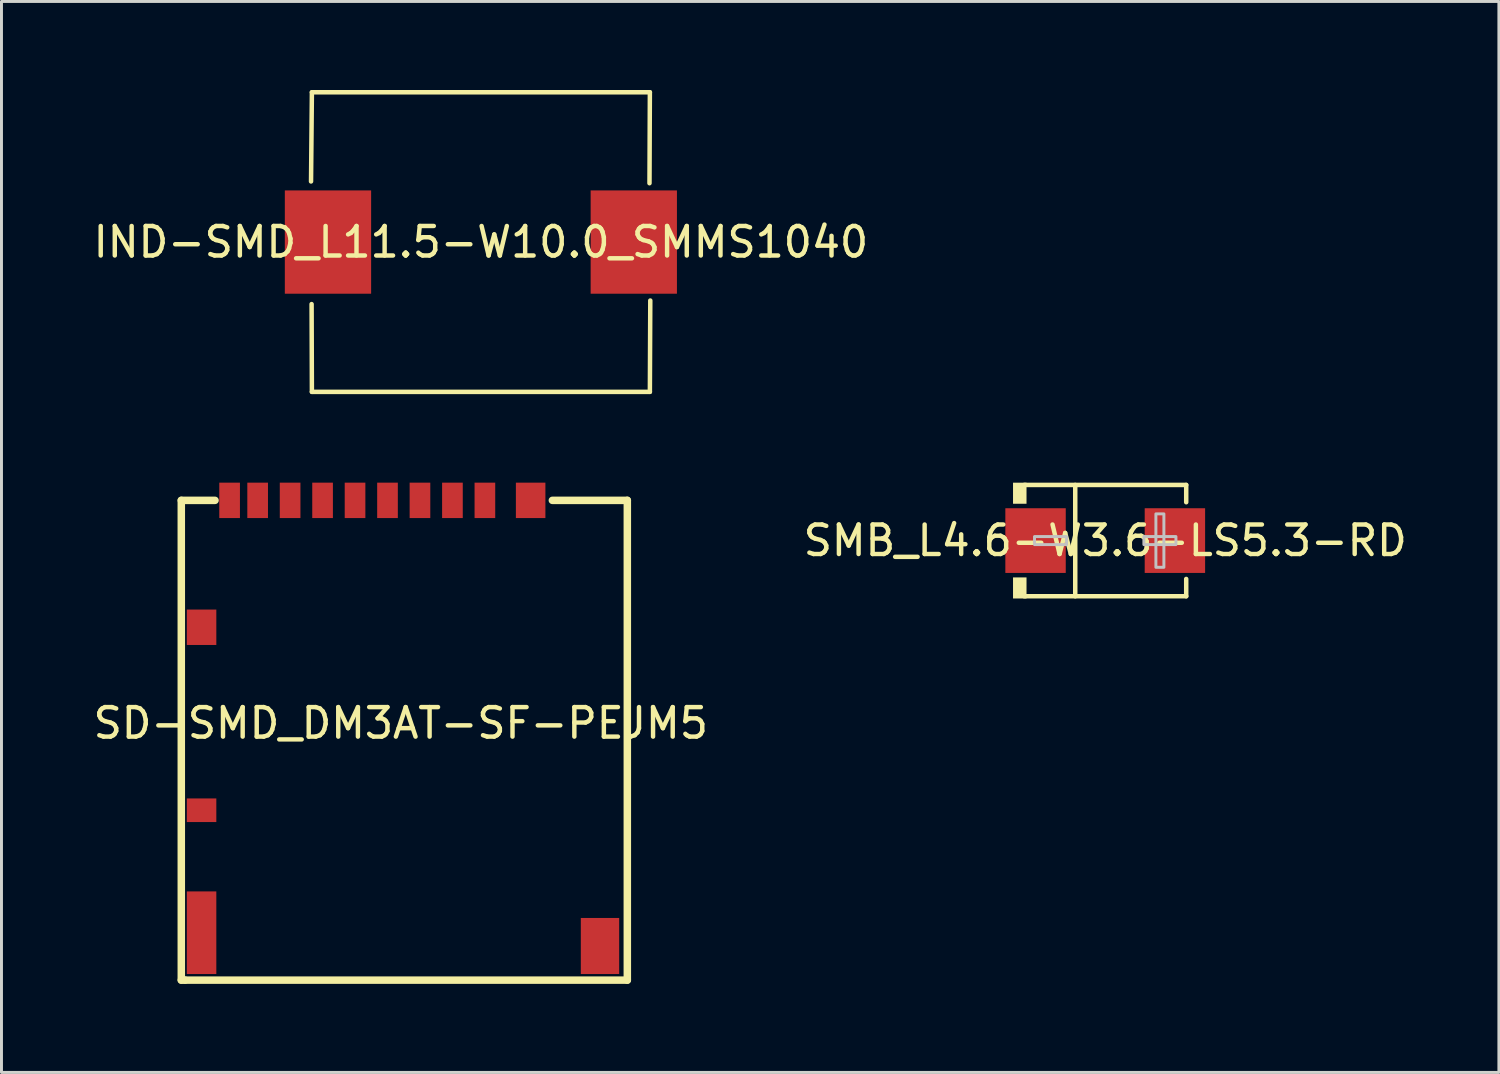
<source format=kicad_pcb>
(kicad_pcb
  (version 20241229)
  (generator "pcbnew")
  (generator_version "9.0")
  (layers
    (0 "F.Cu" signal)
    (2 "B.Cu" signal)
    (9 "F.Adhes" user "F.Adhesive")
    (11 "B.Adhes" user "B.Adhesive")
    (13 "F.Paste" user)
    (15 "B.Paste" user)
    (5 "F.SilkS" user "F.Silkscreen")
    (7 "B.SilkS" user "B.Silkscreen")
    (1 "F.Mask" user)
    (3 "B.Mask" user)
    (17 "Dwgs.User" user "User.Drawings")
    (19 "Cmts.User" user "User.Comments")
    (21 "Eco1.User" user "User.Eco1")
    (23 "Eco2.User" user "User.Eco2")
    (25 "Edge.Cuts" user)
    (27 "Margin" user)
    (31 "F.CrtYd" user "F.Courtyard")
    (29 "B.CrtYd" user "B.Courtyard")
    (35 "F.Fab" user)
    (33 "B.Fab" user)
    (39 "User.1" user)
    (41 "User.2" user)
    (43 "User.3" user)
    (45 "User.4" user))
  (footprint "SD-SMD_DM3AT-SF-PEJM5"
    (layer "F.Cu")
    (at 10.53 21.454)
    (property "Reference" "SD-SMD_DM3AT-SF-PEJM5" (at 0 0 0) (layer "F.SilkS") (effects (font (size 1 1) (thickness 0.15))))
    (fp_line (start -7.437 -7.55) (end -7.437 8.706) (stroke (width 0.254) (type default)) (layer "F.SilkS"))
    (fp_line (start -7.437 8.706) (end -7.31 8.706) (stroke (width 0.254) (type default)) (layer "F.SilkS"))
    (fp_line (start -7.31 8.706) (end 7.676 8.706) (stroke (width 0.254) (type default)) (layer "F.SilkS"))
    (fp_line (start -6.294 -7.55) (end -7.437 -7.55) (stroke (width 0.254) (type default)) (layer "F.SilkS"))
    (fp_line (start 7.676 -7.55) (end 5.136 -7.55) (stroke (width 0.254) (type default)) (layer "F.SilkS"))
    (fp_line (start 7.676 8.706) (end 7.676 -7.55) (stroke (width 0.254) (type default)) (layer "F.SilkS"))
    (fp_poly (pts (xy -6.855 8.31) (xy -6.255 8.31) (xy -6.255 5.965) (xy -6.855 5.965)) (stroke (width 0.1) (type default)) (fill no) (layer "User.1"))
    (fp_poly (pts (xy -5.605 -7.64) (xy -5.605 -7.14) (xy -6.145 -7.14) (xy -6.145 -7.64)) (stroke (width 0.1) (type default)) (fill no) (layer "User.1"))
    (fp_poly (pts (xy -5.055 -7.385) (xy -4.655 -7.385) (xy -4.655 -7.13) (xy -5.055 -7.13)) (stroke (width 0.1) (type default)) (fill no) (layer "User.1"))
    (fp_poly (pts (xy -3.955 -7.385) (xy -3.555 -7.385) (xy -3.555 -7.13) (xy -3.955 -7.13)) (stroke (width 0.1) (type default)) (fill no) (layer "User.1"))
    (fp_poly (pts (xy -2.855 -7.385) (xy -2.455 -7.385) (xy -2.455 -7.13) (xy -2.855 -7.13)) (stroke (width 0.1) (type default)) (fill no) (layer "User.1"))
    (fp_poly (pts (xy -1.755 -7.385) (xy -1.355 -7.385) (xy -1.355 -7.13) (xy -1.755 -7.13)) (stroke (width 0.1) (type default)) (fill no) (layer "User.1"))
    (fp_poly (pts (xy -0.655 -7.385) (xy -0.255 -7.385) (xy -0.255 -7.13) (xy -0.655 -7.13)) (stroke (width 0.1) (type default)) (fill no) (layer "User.1"))
    (fp_poly (pts (xy 0.445 -7.385) (xy 0.845 -7.385) (xy 0.845 -7.13) (xy 0.445 -7.13)) (stroke (width 0.1) (type default)) (fill no) (layer "User.1"))
    (fp_poly (pts (xy 1.545 -7.385) (xy 1.945 -7.385) (xy 1.945 -7.13) (xy 1.545 -7.13)) (stroke (width 0.1) (type default)) (fill no) (layer "User.1"))
    (fp_poly (pts (xy 2.645 -7.385) (xy 3.045 -7.385) (xy 3.045 -7.13) (xy 2.645 -7.13)) (stroke (width 0.1) (type default)) (fill no) (layer "User.1"))
    (fp_poly (pts (xy 4.08 -7.64) (xy 4.76 -7.64) (xy 4.76 -7.14) (xy 4.08 -7.14)) (stroke (width 0.1) (type default)) (fill no) (layer "User.1"))
    (fp_poly (pts (xy -6.855 2.58) (xy -6.44 2.58) (xy -6.435 2.58) (xy -6.435 3.305) (xy -6.855 3.305)) (stroke (width 0.1) (type default)) (fill no) (layer "User.1"))
    (fp_poly (pts (xy -6.845 -3.665) (xy -6.315 -3.665) (xy -6.315 -2.825) (xy -6.855 -2.825) (xy -6.855 -3.665)) (stroke (width 0.1) (type default)) (fill no) (layer "User.1"))
    (fp_poly (pts (xy 7 8.2) (xy 7 8.32) (xy 6.1 8.32) (xy 6.1 7) (xy 7 7)) (stroke (width 0.1) (type default)) (fill no) (layer "User.1"))
    (fp_poly (pts (xy -5.055 -7.64) (xy -5.055 -7.39) (xy -5.055 -7.385) (xy -5.055 -7.38) (xy -5.045 -7.38) (xy -4.655 -7.38) (xy -4.655 -7.64)) (stroke (width 0.1) (type default)) (fill no) (layer "User.1"))
    (fp_poly (pts (xy -3.955 -7.64) (xy -3.955 -7.39) (xy -3.955 -7.385) (xy -3.955 -7.38) (xy -3.945 -7.38) (xy -3.555 -7.38) (xy -3.555 -7.64)) (stroke (width 0.1) (type default)) (fill no) (layer "User.1"))
    (fp_poly (pts (xy -2.855 -7.64) (xy -2.855 -7.39) (xy -2.855 -7.385) (xy -2.855 -7.38) (xy -2.845 -7.38) (xy -2.455 -7.38) (xy -2.455 -7.64)) (stroke (width 0.1) (type default)) (fill no) (layer "User.1"))
    (fp_poly (pts (xy -1.755 -7.64) (xy -1.755 -7.39) (xy -1.755 -7.385) (xy -1.755 -7.38) (xy -1.745 -7.38) (xy -1.355 -7.38) (xy -1.355 -7.64)) (stroke (width 0.1) (type default)) (fill no) (layer "User.1"))
    (fp_poly (pts (xy -0.655 -7.64) (xy -0.655 -7.39) (xy -0.655 -7.385) (xy -0.655 -7.38) (xy -0.645 -7.38) (xy -0.255 -7.38) (xy -0.255 -7.64)) (stroke (width 0.1) (type default)) (fill no) (layer "User.1"))
    (fp_poly (pts (xy 0.445 -7.64) (xy 0.445 -7.39) (xy 0.445 -7.385) (xy 0.445 -7.38) (xy 0.455 -7.38) (xy 0.845 -7.38) (xy 0.845 -7.64)) (stroke (width 0.1) (type default)) (fill no) (layer "User.1"))
    (fp_poly (pts (xy 1.545 -7.64) (xy 1.545 -7.39) (xy 1.545 -7.385) (xy 1.545 -7.38) (xy 1.555 -7.38) (xy 1.945 -7.38) (xy 1.945 -7.64)) (stroke (width 0.1) (type default)) (fill no) (layer "User.1"))
    (fp_poly (pts (xy 2.645 -7.64) (xy 2.645 -7.39) (xy 2.645 -7.385) (xy 2.645 -7.38) (xy 2.655 -7.38) (xy 3.045 -7.38) (xy 3.045 -7.64)) (stroke (width 0.1) (type default)) (fill no) (layer "User.1"))
    (fp_line (start -6.925 -7.64) (end 6.925 -7.64) (stroke (width 0.051) (type default)) (layer "User.2"))
    (fp_line (start -6.925 8.31) (end -6.925 -7.64) (stroke (width 0.051) (type default)) (layer "User.2"))
    (fp_line (start 6.925 -7.64) (end 6.925 8.31) (stroke (width 0.051) (type default)) (layer "User.2"))
    (fp_line (start 6.925 8.31) (end -6.925 8.31) (stroke (width 0.051) (type default)) (layer "User.2"))
    (fp_poly (pts (xy 7.06 -7.64) (xy 7.042 -7.682) (xy 7 -7.7) (xy 6.958 -7.682) (xy 6.94 -7.64) (xy 6.958 -7.598) (xy 7 -7.58) (xy 7.042 -7.598)) (stroke (width 0.1) (type default)) (fill no) (layer "User.3"))
    (pad "1" smd rect (at 2.85 -7.55) (size 0.7 1.2) (layers "F.Cu" "F.Mask" "F.Paste"))
    (pad "2" smd rect (at 1.75 -7.55) (size 0.7 1.2) (layers "F.Cu" "F.Mask" "F.Paste"))
    (pad "3" smd rect (at 0.65 -7.55) (size 0.7 1.2) (layers "F.Cu" "F.Mask" "F.Paste"))
    (pad "4" smd rect (at -0.45 -7.55) (size 0.7 1.2) (layers "F.Cu" "F.Mask" "F.Paste"))
    (pad "5" smd rect (at -1.55 -7.55) (size 0.7 1.2) (layers "F.Cu" "F.Mask" "F.Paste"))
    (pad "6" smd rect (at -2.65 -7.55) (size 0.7 1.2) (layers "F.Cu" "F.Mask" "F.Paste"))
    (pad "7" smd rect (at -3.75 -7.55) (size 0.7 1.2) (layers "F.Cu" "F.Mask" "F.Paste"))
    (pad "8" smd rect (at -4.85 -7.55) (size 0.7 1.2) (layers "F.Cu" "F.Mask" "F.Paste"))
    (pad "9" smd rect (at -5.8 -7.55) (size 0.7 1.2) (layers "F.Cu" "F.Mask" "F.Paste"))
    (pad "10" smd rect (at -6.75 -3.25) (size 1 1.2) (layers "F.Cu" "F.Mask" "F.Paste"))
    (pad "11" smd rect (at -6.75 2.95) (size 1 0.8) (layers "F.Cu" "F.Mask" "F.Paste"))
    (pad "12" smd rect (at -6.75 7.1) (size 1 2.8) (layers "F.Cu" "F.Mask" "F.Paste"))
    (pad "13" smd rect (at 6.75 7.55) (size 1.3 1.9) (layers "F.Cu" "F.Mask" "F.Paste"))
    (pad "14" smd rect (at 4.4 -7.55) (size 1 1.2) (layers "F.Cu" "F.Mask" "F.Paste")))
  (footprint "IND-SMD_L11.5-W10.0_SMMS1040"
    (layer "F.Cu")
    (at 13.244 5.152)
    (property "Reference" "IND-SMD_L11.5-W10.0_SMMS1040" (at 0 0 0) (layer "F.SilkS") (effects (font (size 1 1) (thickness 0.15))))
    (fp_line (start -5.755 -2.054) (end -5.726 -5.076) (stroke (width 0.152) (type default)) (layer "F.SilkS"))
    (fp_line (start -5.736 2.102) (end -5.726 5.076) (stroke (width 0.152) (type default)) (layer "F.SilkS"))
    (fp_line (start -5.726 -5.076) (end 5.726 -5.076) (stroke (width 0.152) (type default)) (layer "F.SilkS"))
    (fp_line (start -5.726 5.076) (end 5.726 5.076) (stroke (width 0.152) (type default)) (layer "F.SilkS"))
    (fp_line (start 5.726 -5.076) (end 5.713 -1.994) (stroke (width 0.152) (type default)) (layer "F.SilkS"))
    (fp_line (start 5.726 5.076) (end 5.74 1.981) (stroke (width 0.152) (type default)) (layer "F.SilkS"))
    (fp_poly (pts (xy -5.75 -1.5) (xy -3.75 -1.5) (xy -3.75 1.5) (xy -5.75 1.5)) (stroke (width 0.1) (type default)) (fill no) (layer "User.1"))
    (fp_poly (pts (xy 3.75 -1.5) (xy 5.75 -1.5) (xy 5.75 1.5) (xy 3.75 1.5)) (stroke (width 0.1) (type default)) (fill no) (layer "User.1"))
    (fp_line (start -5.75 -5) (end 5.75 -5) (stroke (width 0.051) (type default)) (layer "User.2"))
    (fp_line (start -5.75 5) (end -5.75 -5) (stroke (width 0.051) (type default)) (layer "User.2"))
    (fp_line (start 5.75 -5) (end 5.75 5) (stroke (width 0.051) (type default)) (layer "User.2"))
    (fp_line (start 5.75 5) (end -5.75 5) (stroke (width 0.051) (type default)) (layer "User.2"))
    (fp_poly (pts (xy 5.81 -5) (xy 5.792 -5.042) (xy 5.75 -5.06) (xy 5.708 -5.042) (xy 5.69 -5) (xy 5.708 -4.958) (xy 5.75 -4.94) (xy 5.792 -4.958)) (stroke (width 0.1) (type default)) (fill no) (layer "User.3"))
    (pad "1" smd rect (at 5.181 0) (size 2.924 3.5) (layers "F.Cu" "F.Mask" "F.Paste"))
    (pad "2" smd rect (at -5.181 0) (size 2.924 3.5) (layers "F.Cu" "F.Mask" "F.Paste")))
  (footprint "SMB_L4.6-W3.6-LS5.3-RD"
    (layer "F.Cu")
    (at 34.399 15.267)
    (property "Reference" "SMB_L4.6-W3.6-LS5.3-RD" (at 0 0 0) (layer "F.SilkS") (effects (font (size 1 1) (thickness 0.15))))
    (fp_line (start -2.744 -1.886) (end 2.744 -1.886) (stroke (width 0.152) (type default)) (layer "F.SilkS"))
    (fp_line (start -2.744 1.886) (end 2.744 1.886) (stroke (width 0.152) (type default)) (layer "F.SilkS"))
    (fp_line (start -1.016 -1.886) (end -1.016 1.886) (stroke (width 0.152) (type default)) (layer "F.SilkS"))
    (fp_line (start 2.744 -1.886) (end 2.744 -1.3) (stroke (width 0.152) (type default)) (layer "F.SilkS"))
    (fp_line (start 2.744 1.886) (end 2.744 1.3) (stroke (width 0.152) (type default)) (layer "F.SilkS"))
    (fp_poly (pts (xy -2.667 -1.962) (xy -2.667 -1.248) (xy -3.124 -1.248) (xy -3.124 -1.962)) (stroke (width 0) (type default)) (fill yes) (layer "F.SilkS"))
    (fp_poly (pts (xy -2.667 1.962) (xy -2.667 1.248) (xy -3.124 1.248) (xy -3.124 1.962)) (stroke (width 0) (type default)) (fill yes) (layer "F.SilkS"))
    (fp_poly (pts (xy -2.396 0.136) (xy -2.396 -0.136) (xy -1.31 -0.136) (xy -1.31 0.136)) (stroke (width 0.1) (type default)) (fill no) (layer "Dwgs.User"))
    (fp_poly (pts (xy 1.988 0.905) (xy 1.988 -0.905) (xy 1.717 -0.905) (xy 1.717 0.905)) (stroke (width 0.1) (type default)) (fill no) (layer "Dwgs.User"))
    (fp_poly (pts (xy 2.396 0.136) (xy 2.396 -0.136) (xy 1.31 -0.136) (xy 1.31 0.136)) (stroke (width 0.1) (type default)) (fill no) (layer "Dwgs.User"))
    (fp_poly (pts (xy -2.65 1.015) (xy -2.65 -1.015) (xy -1.51 -1.015) (xy -1.51 1.015)) (stroke (width 0.1) (type default)) (fill no) (layer "User.1"))
    (fp_poly (pts (xy 2.65 1.015) (xy 2.65 -1.015) (xy 1.51 -1.015) (xy 1.51 1.015)) (stroke (width 0.1) (type default)) (fill no) (layer "User.1"))
    (fp_line (start -2.3 -1.8) (end 2.3 -1.8) (stroke (width 0.051) (type default)) (layer "User.2"))
    (fp_line (start -2.3 1.8) (end -2.3 -1.8) (stroke (width 0.051) (type default)) (layer "User.2"))
    (fp_line (start 2.3 -1.8) (end 2.3 1.8) (stroke (width 0.051) (type default)) (layer "User.2"))
    (fp_line (start 2.3 1.8) (end -2.3 1.8) (stroke (width 0.051) (type default)) (layer "User.2"))
    (fp_poly (pts (xy -2.59 1.8) (xy -2.607 1.758) (xy -2.65 1.74) (xy -2.692 1.758) (xy -2.709 1.8) (xy -2.692 1.842) (xy -2.65 1.86) (xy -2.607 1.842)) (stroke (width 0.1) (type default)) (fill no) (layer "User.3"))
    (pad "1" smd rect (at -2.361 0) (size 2.047 2.192) (layers "F.Cu" "F.Mask" "F.Paste"))
    (pad "2" smd rect (at 2.361 0) (size 2.047 2.192) (layers "F.Cu" "F.Mask" "F.Paste")))
  (gr_rect
    (start -3 -3)
    (end 47.738 33.288)
    (stroke (width 0.1) (type default))
    (fill no)
    (layer "Edge.Cuts")))
</source>
